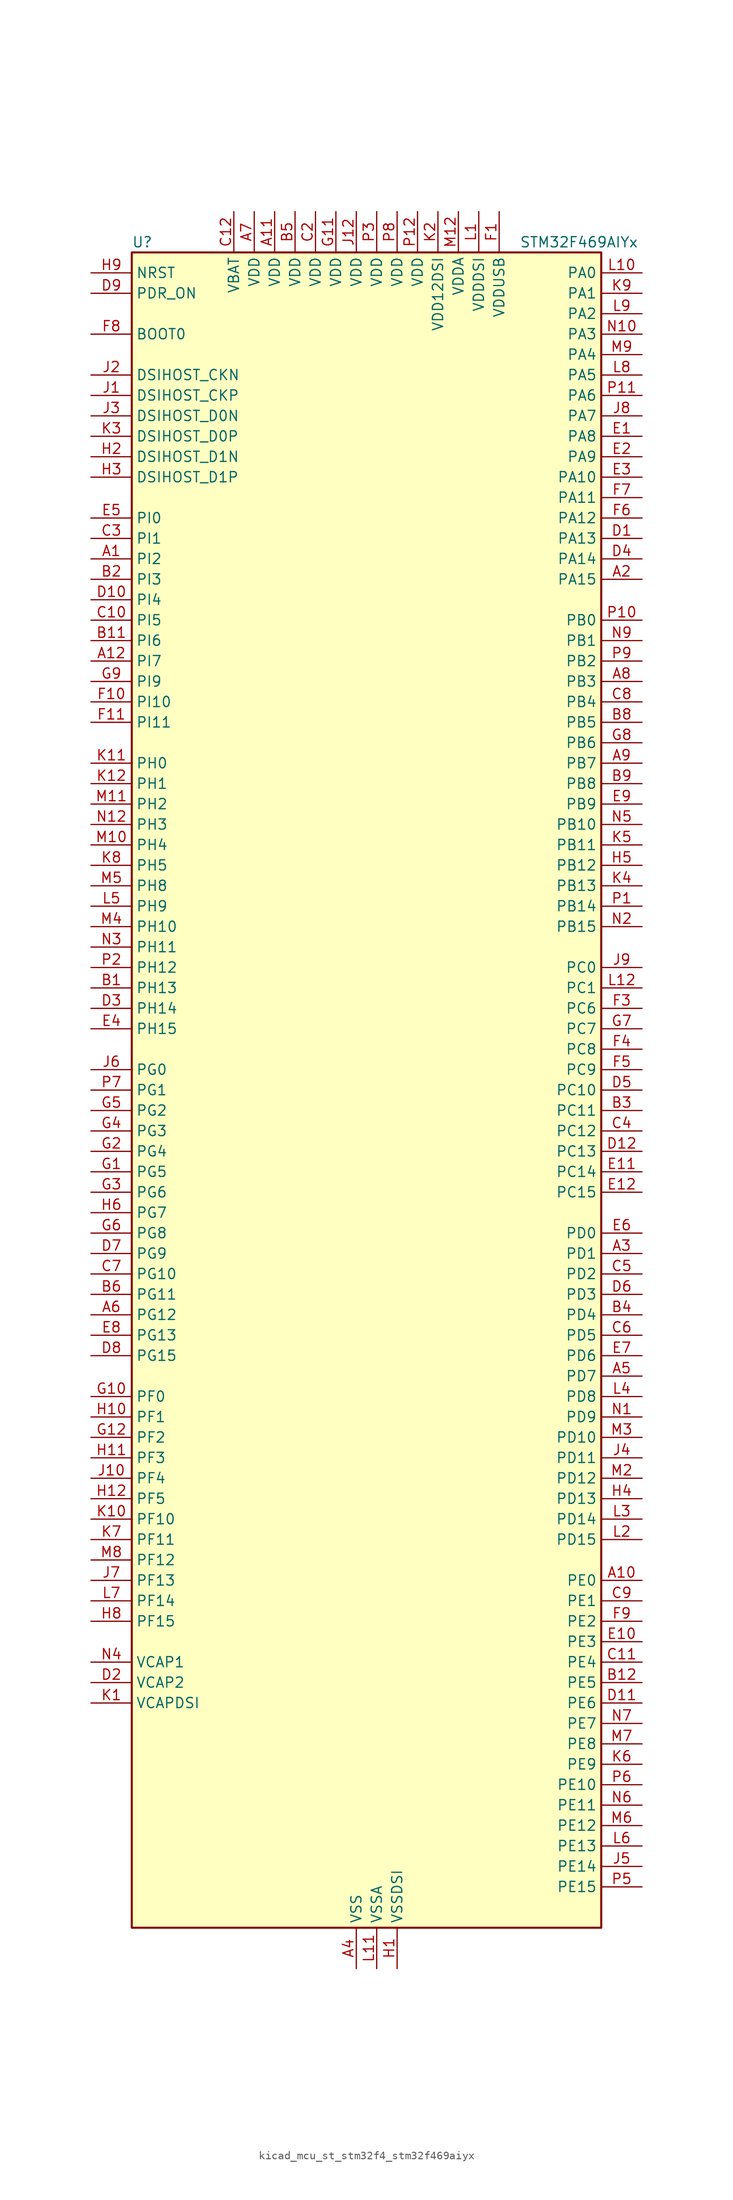
<source format=kicad_sym>
(kicad_symbol_lib
  (version 20220914)
  (generator kicad_symbol_editor)
  (symbol "kicad_mcu_st_stm32f4_stm32f469aiyx"
    (property "Reference" "U"
      (at -27.94 105.41 0)
      (effects (font (size 1.27 1.27)) (justify left)))
    (property "Value" "STM32F469AIYx"
      (at 20.32 105.41 0)
      (effects (font (size 1.27 1.27)) (justify left)))
    (property "ki_locked" ""
      (at 0 0 0)
      (effects (font (size 1.27 1.27))))
    (symbol "kicad_mcu_st_stm32f4_stm32f469aiyx_0_1"
      (rectangle (start -27.94 -104.14) (end 30.48 104.14) (stroke (width 0.254) (type default)) (fill (type background))))
    (symbol "kicad_mcu_st_stm32f4_stm32f469aiyx_1_1"
      (pin bidirectional line (at -33.02 66.04 0) (length 5.08) (name "PI2" (effects (font (size 1.27 1.27)))) (number "A1" (effects (font (size 1.27 1.27)))) (alternate "DCMI_D9" bidirectional line) (alternate "FMC_D26" bidirectional line) (alternate "I2S2_ext_SD" bidirectional line) (alternate "LTDC_G7" bidirectional line) (alternate "SPI2_MISO" bidirectional line) (alternate "TIM8_CH4" bidirectional line))
      (pin bidirectional line (at 35.56 -60.96 180) (length 5.08) (name "PE0" (effects (font (size 1.27 1.27)))) (number "A10" (effects (font (size 1.27 1.27)))) (alternate "DCMI_D2" bidirectional line) (alternate "FMC_NBL0" bidirectional line) (alternate "TIM4_ETR" bidirectional line) (alternate "UART8_RX" bidirectional line))
      (pin power_in line (at -10.16 109.22 270) (length 5.08) (name "VDD" (effects (font (size 1.27 1.27)))) (number "A11" (effects (font (size 1.27 1.27)))))
      (pin bidirectional line (at -33.02 53.34 0) (length 5.08) (name "PI7" (effects (font (size 1.27 1.27)))) (number "A12" (effects (font (size 1.27 1.27)))) (alternate "DCMI_D7" bidirectional line) (alternate "FMC_D29" bidirectional line) (alternate "LTDC_B7" bidirectional line) (alternate "TIM8_CH3" bidirectional line))
      (pin bidirectional line (at 35.56 63.5 180) (length 5.08) (name "PA15" (effects (font (size 1.27 1.27)))) (number "A2" (effects (font (size 1.27 1.27)))) (alternate "ADC1_EXTI15" bidirectional line) (alternate "ADC2_EXTI15" bidirectional line) (alternate "ADC3_EXTI15" bidirectional line) (alternate "I2S3_WS" bidirectional line) (alternate "SPI1_NSS" bidirectional line) (alternate "SPI3_NSS" bidirectional line) (alternate "SYS_JTDI" bidirectional line) (alternate "TIM2_CH1" bidirectional line) (alternate "TIM2_ETR" bidirectional line))
      (pin bidirectional line (at 35.56 -20.32 180) (length 5.08) (name "PD1" (effects (font (size 1.27 1.27)))) (number "A3" (effects (font (size 1.27 1.27)))) (alternate "CAN1_TX" bidirectional line) (alternate "FMC_D3" bidirectional line) (alternate "FMC_DA3" bidirectional line))
      (pin power_in line (at 0 -109.22 90) (length 5.08) (name "VSS" (effects (font (size 1.27 1.27)))) (number "A4" (effects (font (size 1.27 1.27)))))
      (pin bidirectional line (at 35.56 -35.56 180) (length 5.08) (name "PD7" (effects (font (size 1.27 1.27)))) (number "A5" (effects (font (size 1.27 1.27)))) (alternate "FMC_NE1" bidirectional line) (alternate "USART2_CK" bidirectional line))
      (pin bidirectional line (at -33.02 -27.94 0) (length 5.08) (name "PG12" (effects (font (size 1.27 1.27)))) (number "A6" (effects (font (size 1.27 1.27)))) (alternate "FMC_NE4" bidirectional line) (alternate "LTDC_B1" bidirectional line) (alternate "LTDC_B4" bidirectional line) (alternate "SPI6_MISO" bidirectional line) (alternate "USART6_RTS" bidirectional line))
      (pin power_in line (at -12.7 109.22 270) (length 5.08) (name "VDD" (effects (font (size 1.27 1.27)))) (number "A7" (effects (font (size 1.27 1.27)))))
      (pin bidirectional line (at 35.56 50.8 180) (length 5.08) (name "PB3" (effects (font (size 1.27 1.27)))) (number "A8" (effects (font (size 1.27 1.27)))) (alternate "I2S3_CK" bidirectional line) (alternate "SPI1_SCK" bidirectional line) (alternate "SPI3_SCK" bidirectional line) (alternate "SYS_JTDO-SWO" bidirectional line) (alternate "TIM2_CH2" bidirectional line))
      (pin bidirectional line (at 35.56 40.64 180) (length 5.08) (name "PB7" (effects (font (size 1.27 1.27)))) (number "A9" (effects (font (size 1.27 1.27)))) (alternate "DCMI_VSYNC" bidirectional line) (alternate "FMC_NL" bidirectional line) (alternate "I2C1_SDA" bidirectional line) (alternate "TIM4_CH2" bidirectional line) (alternate "USART1_RX" bidirectional line))
      (pin bidirectional line (at -33.02 12.7 0) (length 5.08) (name "PH13" (effects (font (size 1.27 1.27)))) (number "B1" (effects (font (size 1.27 1.27)))) (alternate "CAN1_TX" bidirectional line) (alternate "FMC_D21" bidirectional line) (alternate "LTDC_G2" bidirectional line) (alternate "TIM8_CH1N" bidirectional line))
      (pin passive line (at 0 -109.22 90) (length 5.08) hide (name "VSS" (effects (font (size 1.27 1.27)))) (number "B10" (effects (font (size 1.27 1.27)))))
      (pin bidirectional line (at -33.02 55.88 0) (length 5.08) (name "PI6" (effects (font (size 1.27 1.27)))) (number "B11" (effects (font (size 1.27 1.27)))) (alternate "DCMI_D6" bidirectional line) (alternate "FMC_D28" bidirectional line) (alternate "LTDC_B6" bidirectional line) (alternate "TIM8_CH2" bidirectional line))
      (pin bidirectional line (at 35.56 -73.66 180) (length 5.08) (name "PE5" (effects (font (size 1.27 1.27)))) (number "B12" (effects (font (size 1.27 1.27)))) (alternate "DCMI_D6" bidirectional line) (alternate "FMC_A21" bidirectional line) (alternate "LTDC_G0" bidirectional line) (alternate "SAI1_SCK_A" bidirectional line) (alternate "SPI4_MISO" bidirectional line) (alternate "SYS_TRACED2" bidirectional line) (alternate "TIM9_CH1" bidirectional line))
      (pin bidirectional line (at -33.02 63.5 0) (length 5.08) (name "PI3" (effects (font (size 1.27 1.27)))) (number "B2" (effects (font (size 1.27 1.27)))) (alternate "DCMI_D10" bidirectional line) (alternate "FMC_D27" bidirectional line) (alternate "I2S2_SD" bidirectional line) (alternate "SPI2_MOSI" bidirectional line) (alternate "TIM8_ETR" bidirectional line))
      (pin bidirectional line (at 35.56 -2.54 180) (length 5.08) (name "PC11" (effects (font (size 1.27 1.27)))) (number "B3" (effects (font (size 1.27 1.27)))) (alternate "ADC1_EXTI11" bidirectional line) (alternate "ADC2_EXTI11" bidirectional line) (alternate "ADC3_EXTI11" bidirectional line) (alternate "DCMI_D4" bidirectional line) (alternate "I2S3_ext_SD" bidirectional line) (alternate "QUADSPI_BK2_NCS" bidirectional line) (alternate "SDIO_D3" bidirectional line) (alternate "SPI3_MISO" bidirectional line) (alternate "UART4_RX" bidirectional line) (alternate "USART3_RX" bidirectional line))
      (pin bidirectional line (at 35.56 -27.94 180) (length 5.08) (name "PD4" (effects (font (size 1.27 1.27)))) (number "B4" (effects (font (size 1.27 1.27)))) (alternate "FMC_NOE" bidirectional line) (alternate "USART2_RTS" bidirectional line))
      (pin power_in line (at -7.62 109.22 270) (length 5.08) (name "VDD" (effects (font (size 1.27 1.27)))) (number "B5" (effects (font (size 1.27 1.27)))))
      (pin bidirectional line (at -33.02 -25.4 0) (length 5.08) (name "PG11" (effects (font (size 1.27 1.27)))) (number "B6" (effects (font (size 1.27 1.27)))) (alternate "ADC1_EXTI11" bidirectional line) (alternate "ADC2_EXTI11" bidirectional line) (alternate "ADC3_EXTI11" bidirectional line) (alternate "DCMI_D3" bidirectional line) (alternate "LTDC_B3" bidirectional line))
      (pin passive line (at 0 -109.22 90) (length 5.08) hide (name "VSS" (effects (font (size 1.27 1.27)))) (number "B7" (effects (font (size 1.27 1.27)))))
      (pin bidirectional line (at 35.56 45.72 180) (length 5.08) (name "PB5" (effects (font (size 1.27 1.27)))) (number "B8" (effects (font (size 1.27 1.27)))) (alternate "CAN2_RX" bidirectional line) (alternate "DCMI_D10" bidirectional line) (alternate "FMC_SDCKE1" bidirectional line) (alternate "I2C1_SMBA" bidirectional line) (alternate "I2S3_SD" bidirectional line) (alternate "LTDC_G7" bidirectional line) (alternate "SPI1_MOSI" bidirectional line) (alternate "SPI3_MOSI" bidirectional line) (alternate "TIM3_CH2" bidirectional line) (alternate "USB_OTG_HS_ULPI_D7" bidirectional line))
      (pin bidirectional line (at 35.56 38.1 180) (length 5.08) (name "PB8" (effects (font (size 1.27 1.27)))) (number "B9" (effects (font (size 1.27 1.27)))) (alternate "CAN1_RX" bidirectional line) (alternate "DCMI_D6" bidirectional line) (alternate "I2C1_SCL" bidirectional line) (alternate "LTDC_B6" bidirectional line) (alternate "SDIO_D4" bidirectional line) (alternate "TIM10_CH1" bidirectional line) (alternate "TIM4_CH3" bidirectional line))
      (pin passive line (at 0 -109.22 90) (length 5.08) hide (name "VSS" (effects (font (size 1.27 1.27)))) (number "C1" (effects (font (size 1.27 1.27)))))
      (pin bidirectional line (at -33.02 58.42 0) (length 5.08) (name "PI5" (effects (font (size 1.27 1.27)))) (number "C10" (effects (font (size 1.27 1.27)))) (alternate "DCMI_VSYNC" bidirectional line) (alternate "FMC_NBL3" bidirectional line) (alternate "LTDC_B5" bidirectional line) (alternate "TIM8_CH1" bidirectional line))
      (pin bidirectional line (at 35.56 -71.12 180) (length 5.08) (name "PE4" (effects (font (size 1.27 1.27)))) (number "C11" (effects (font (size 1.27 1.27)))) (alternate "DCMI_D4" bidirectional line) (alternate "FMC_A20" bidirectional line) (alternate "LTDC_B0" bidirectional line) (alternate "SAI1_FS_A" bidirectional line) (alternate "SPI4_NSS" bidirectional line) (alternate "SYS_TRACED1" bidirectional line))
      (pin power_in line (at -15.24 109.22 270) (length 5.08) (name "VBAT" (effects (font (size 1.27 1.27)))) (number "C12" (effects (font (size 1.27 1.27)))))
      (pin power_in line (at -5.08 109.22 270) (length 5.08) (name "VDD" (effects (font (size 1.27 1.27)))) (number "C2" (effects (font (size 1.27 1.27)))))
      (pin bidirectional line (at -33.02 68.58 0) (length 5.08) (name "PI1" (effects (font (size 1.27 1.27)))) (number "C3" (effects (font (size 1.27 1.27)))) (alternate "DCMI_D8" bidirectional line) (alternate "FMC_D25" bidirectional line) (alternate "I2S2_CK" bidirectional line) (alternate "LTDC_G6" bidirectional line) (alternate "SPI2_SCK" bidirectional line))
      (pin bidirectional line (at 35.56 -5.08 180) (length 5.08) (name "PC12" (effects (font (size 1.27 1.27)))) (number "C4" (effects (font (size 1.27 1.27)))) (alternate "DCMI_D9" bidirectional line) (alternate "I2S3_SD" bidirectional line) (alternate "SDIO_CK" bidirectional line) (alternate "SPI3_MOSI" bidirectional line) (alternate "SYS_TRACED3" bidirectional line) (alternate "UART5_TX" bidirectional line) (alternate "USART3_CK" bidirectional line))
      (pin bidirectional line (at 35.56 -22.86 180) (length 5.08) (name "PD2" (effects (font (size 1.27 1.27)))) (number "C5" (effects (font (size 1.27 1.27)))) (alternate "DCMI_D11" bidirectional line) (alternate "SDIO_CMD" bidirectional line) (alternate "SYS_TRACED2" bidirectional line) (alternate "TIM3_ETR" bidirectional line) (alternate "UART5_RX" bidirectional line))
      (pin bidirectional line (at 35.56 -30.48 180) (length 5.08) (name "PD5" (effects (font (size 1.27 1.27)))) (number "C6" (effects (font (size 1.27 1.27)))) (alternate "FMC_NWE" bidirectional line) (alternate "USART2_TX" bidirectional line))
      (pin bidirectional line (at -33.02 -22.86 0) (length 5.08) (name "PG10" (effects (font (size 1.27 1.27)))) (number "C7" (effects (font (size 1.27 1.27)))) (alternate "DCMI_D2" bidirectional line) (alternate "FMC_NE3" bidirectional line) (alternate "LTDC_B2" bidirectional line) (alternate "LTDC_G3" bidirectional line))
      (pin bidirectional line (at 35.56 48.26 180) (length 5.08) (name "PB4" (effects (font (size 1.27 1.27)))) (number "C8" (effects (font (size 1.27 1.27)))) (alternate "I2S3_ext_SD" bidirectional line) (alternate "SPI1_MISO" bidirectional line) (alternate "SPI3_MISO" bidirectional line) (alternate "SYS_JTRST" bidirectional line) (alternate "TIM3_CH1" bidirectional line))
      (pin bidirectional line (at 35.56 -63.5 180) (length 5.08) (name "PE1" (effects (font (size 1.27 1.27)))) (number "C9" (effects (font (size 1.27 1.27)))) (alternate "DCMI_D3" bidirectional line) (alternate "FMC_NBL1" bidirectional line) (alternate "UART8_TX" bidirectional line))
      (pin bidirectional line (at 35.56 68.58 180) (length 5.08) (name "PA13" (effects (font (size 1.27 1.27)))) (number "D1" (effects (font (size 1.27 1.27)))) (alternate "SYS_JTMS-SWDIO" bidirectional line))
      (pin bidirectional line (at -33.02 60.96 0) (length 5.08) (name "PI4" (effects (font (size 1.27 1.27)))) (number "D10" (effects (font (size 1.27 1.27)))) (alternate "DCMI_D5" bidirectional line) (alternate "FMC_NBL2" bidirectional line) (alternate "LTDC_B4" bidirectional line) (alternate "TIM8_BKIN" bidirectional line))
      (pin bidirectional line (at 35.56 -76.2 180) (length 5.08) (name "PE6" (effects (font (size 1.27 1.27)))) (number "D11" (effects (font (size 1.27 1.27)))) (alternate "DCMI_D7" bidirectional line) (alternate "FMC_A22" bidirectional line) (alternate "LTDC_G1" bidirectional line) (alternate "SAI1_SD_A" bidirectional line) (alternate "SPI4_MOSI" bidirectional line) (alternate "SYS_TRACED3" bidirectional line) (alternate "TIM9_CH2" bidirectional line))
      (pin bidirectional line (at 35.56 -7.62 180) (length 5.08) (name "PC13" (effects (font (size 1.27 1.27)))) (number "D12" (effects (font (size 1.27 1.27)))) (alternate "RTC_AF1" bidirectional line))
      (pin power_out line (at -33.02 -73.66 0) (length 5.08) (name "VCAP2" (effects (font (size 1.27 1.27)))) (number "D2" (effects (font (size 1.27 1.27)))))
      (pin bidirectional line (at -33.02 10.16 0) (length 5.08) (name "PH14" (effects (font (size 1.27 1.27)))) (number "D3" (effects (font (size 1.27 1.27)))) (alternate "DCMI_D4" bidirectional line) (alternate "FMC_D22" bidirectional line) (alternate "LTDC_G3" bidirectional line) (alternate "TIM8_CH2N" bidirectional line))
      (pin bidirectional line (at 35.56 66.04 180) (length 5.08) (name "PA14" (effects (font (size 1.27 1.27)))) (number "D4" (effects (font (size 1.27 1.27)))) (alternate "SYS_JTCK-SWCLK" bidirectional line))
      (pin bidirectional line (at 35.56 0 180) (length 5.08) (name "PC10" (effects (font (size 1.27 1.27)))) (number "D5" (effects (font (size 1.27 1.27)))) (alternate "DCMI_D8" bidirectional line) (alternate "I2S3_CK" bidirectional line) (alternate "LTDC_R2" bidirectional line) (alternate "QUADSPI_BK1_IO1" bidirectional line) (alternate "SDIO_D2" bidirectional line) (alternate "SPI3_SCK" bidirectional line) (alternate "UART4_TX" bidirectional line) (alternate "USART3_TX" bidirectional line))
      (pin bidirectional line (at 35.56 -25.4 180) (length 5.08) (name "PD3" (effects (font (size 1.27 1.27)))) (number "D6" (effects (font (size 1.27 1.27)))) (alternate "DCMI_D5" bidirectional line) (alternate "FMC_CLK" bidirectional line) (alternate "I2S2_CK" bidirectional line) (alternate "LTDC_G7" bidirectional line) (alternate "SPI2_SCK" bidirectional line) (alternate "USART2_CTS" bidirectional line))
      (pin bidirectional line (at -33.02 -20.32 0) (length 5.08) (name "PG9" (effects (font (size 1.27 1.27)))) (number "D7" (effects (font (size 1.27 1.27)))) (alternate "DAC_EXTI9" bidirectional line) (alternate "DCMI_VSYNC" bidirectional line) (alternate "FMC_NCE" bidirectional line) (alternate "FMC_NE2" bidirectional line) (alternate "QUADSPI_BK2_IO2" bidirectional line) (alternate "USART6_RX" bidirectional line))
      (pin bidirectional line (at -33.02 -33.02 0) (length 5.08) (name "PG15" (effects (font (size 1.27 1.27)))) (number "D8" (effects (font (size 1.27 1.27)))) (alternate "ADC1_EXTI15" bidirectional line) (alternate "ADC2_EXTI15" bidirectional line) (alternate "ADC3_EXTI15" bidirectional line) (alternate "DCMI_D13" bidirectional line) (alternate "FMC_SDNCAS" bidirectional line) (alternate "USART6_CTS" bidirectional line))
      (pin input line (at -33.02 99.06 0) (length 5.08) (name "PDR_ON" (effects (font (size 1.27 1.27)))) (number "D9" (effects (font (size 1.27 1.27)))))
      (pin bidirectional line (at 35.56 81.28 180) (length 5.08) (name "PA8" (effects (font (size 1.27 1.27)))) (number "E1" (effects (font (size 1.27 1.27)))) (alternate "I2C3_SCL" bidirectional line) (alternate "LTDC_R6" bidirectional line) (alternate "RCC_MCO_1" bidirectional line) (alternate "TIM1_CH1" bidirectional line) (alternate "USART1_CK" bidirectional line) (alternate "USB_OTG_FS_SOF" bidirectional line))
      (pin bidirectional line (at 35.56 -68.58 180) (length 5.08) (name "PE3" (effects (font (size 1.27 1.27)))) (number "E10" (effects (font (size 1.27 1.27)))) (alternate "FMC_A19" bidirectional line) (alternate "SAI1_SD_B" bidirectional line) (alternate "SYS_TRACED0" bidirectional line))
      (pin bidirectional line (at 35.56 -10.16 180) (length 5.08) (name "PC14" (effects (font (size 1.27 1.27)))) (number "E11" (effects (font (size 1.27 1.27)))) (alternate "RCC_OSC32_IN" bidirectional line))
      (pin bidirectional line (at 35.56 -12.7 180) (length 5.08) (name "PC15" (effects (font (size 1.27 1.27)))) (number "E12" (effects (font (size 1.27 1.27)))) (alternate "ADC1_EXTI15" bidirectional line) (alternate "ADC2_EXTI15" bidirectional line) (alternate "ADC3_EXTI15" bidirectional line) (alternate "RCC_OSC32_OUT" bidirectional line))
      (pin bidirectional line (at 35.56 78.74 180) (length 5.08) (name "PA9" (effects (font (size 1.27 1.27)))) (number "E2" (effects (font (size 1.27 1.27)))) (alternate "DAC_EXTI9" bidirectional line) (alternate "DCMI_D0" bidirectional line) (alternate "I2C3_SMBA" bidirectional line) (alternate "I2S2_CK" bidirectional line) (alternate "SPI2_SCK" bidirectional line) (alternate "TIM1_CH2" bidirectional line) (alternate "USART1_TX" bidirectional line) (alternate "USB_OTG_FS_VBUS" bidirectional line))
      (pin bidirectional line (at 35.56 76.2 180) (length 5.08) (name "PA10" (effects (font (size 1.27 1.27)))) (number "E3" (effects (font (size 1.27 1.27)))) (alternate "DCMI_D1" bidirectional line) (alternate "TIM1_CH3" bidirectional line) (alternate "USART1_RX" bidirectional line) (alternate "USB_OTG_FS_ID" bidirectional line))
      (pin bidirectional line (at -33.02 7.62 0) (length 5.08) (name "PH15" (effects (font (size 1.27 1.27)))) (number "E4" (effects (font (size 1.27 1.27)))) (alternate "ADC1_EXTI15" bidirectional line) (alternate "ADC2_EXTI15" bidirectional line) (alternate "ADC3_EXTI15" bidirectional line) (alternate "DCMI_D11" bidirectional line) (alternate "FMC_D23" bidirectional line) (alternate "LTDC_G4" bidirectional line) (alternate "TIM8_CH3N" bidirectional line))
      (pin bidirectional line (at -33.02 71.12 0) (length 5.08) (name "PI0" (effects (font (size 1.27 1.27)))) (number "E5" (effects (font (size 1.27 1.27)))) (alternate "DCMI_D13" bidirectional line) (alternate "FMC_D24" bidirectional line) (alternate "I2S2_WS" bidirectional line) (alternate "LTDC_G5" bidirectional line) (alternate "SPI2_NSS" bidirectional line) (alternate "TIM5_CH4" bidirectional line))
      (pin bidirectional line (at 35.56 -17.78 180) (length 5.08) (name "PD0" (effects (font (size 1.27 1.27)))) (number "E6" (effects (font (size 1.27 1.27)))) (alternate "CAN1_RX" bidirectional line) (alternate "FMC_D2" bidirectional line) (alternate "FMC_DA2" bidirectional line))
      (pin bidirectional line (at 35.56 -33.02 180) (length 5.08) (name "PD6" (effects (font (size 1.27 1.27)))) (number "E7" (effects (font (size 1.27 1.27)))) (alternate "DCMI_D10" bidirectional line) (alternate "FMC_NWAIT" bidirectional line) (alternate "I2S3_SD" bidirectional line) (alternate "LTDC_B2" bidirectional line) (alternate "SAI1_SD_A" bidirectional line) (alternate "SPI3_MOSI" bidirectional line) (alternate "USART2_RX" bidirectional line))
      (pin bidirectional line (at -33.02 -30.48 0) (length 5.08) (name "PG13" (effects (font (size 1.27 1.27)))) (number "E8" (effects (font (size 1.27 1.27)))) (alternate "FMC_A24" bidirectional line) (alternate "LTDC_R0" bidirectional line) (alternate "SPI6_SCK" bidirectional line) (alternate "SYS_TRACED0" bidirectional line) (alternate "USART6_CTS" bidirectional line))
      (pin bidirectional line (at 35.56 35.56 180) (length 5.08) (name "PB9" (effects (font (size 1.27 1.27)))) (number "E9" (effects (font (size 1.27 1.27)))) (alternate "CAN1_TX" bidirectional line) (alternate "DAC_EXTI9" bidirectional line) (alternate "DCMI_D7" bidirectional line) (alternate "I2C1_SDA" bidirectional line) (alternate "I2S2_WS" bidirectional line) (alternate "LTDC_B7" bidirectional line) (alternate "SDIO_D5" bidirectional line) (alternate "SPI2_NSS" bidirectional line) (alternate "TIM11_CH1" bidirectional line) (alternate "TIM4_CH4" bidirectional line))
      (pin power_in line (at 17.78 109.22 270) (length 5.08) (name "VDDUSB" (effects (font (size 1.27 1.27)))) (number "F1" (effects (font (size 1.27 1.27)))))
      (pin bidirectional line (at -33.02 48.26 0) (length 5.08) (name "PI10" (effects (font (size 1.27 1.27)))) (number "F10" (effects (font (size 1.27 1.27)))) (alternate "FMC_D31" bidirectional line) (alternate "LTDC_HSYNC" bidirectional line))
      (pin bidirectional line (at -33.02 45.72 0) (length 5.08) (name "PI11" (effects (font (size 1.27 1.27)))) (number "F11" (effects (font (size 1.27 1.27)))) (alternate "ADC1_EXTI11" bidirectional line) (alternate "ADC2_EXTI11" bidirectional line) (alternate "ADC3_EXTI11" bidirectional line) (alternate "LTDC_G6" bidirectional line) (alternate "USB_OTG_HS_ULPI_DIR" bidirectional line))
      (pin passive line (at 0 -109.22 90) (length 5.08) hide (name "VSS" (effects (font (size 1.27 1.27)))) (number "F12" (effects (font (size 1.27 1.27)))))
      (pin passive line (at 0 -109.22 90) (length 5.08) hide (name "VSS" (effects (font (size 1.27 1.27)))) (number "F2" (effects (font (size 1.27 1.27)))))
      (pin bidirectional line (at 35.56 10.16 180) (length 5.08) (name "PC6" (effects (font (size 1.27 1.27)))) (number "F3" (effects (font (size 1.27 1.27)))) (alternate "DCMI_D0" bidirectional line) (alternate "I2S2_MCK" bidirectional line) (alternate "LTDC_HSYNC" bidirectional line) (alternate "SDIO_D6" bidirectional line) (alternate "TIM3_CH1" bidirectional line) (alternate "TIM8_CH1" bidirectional line) (alternate "USART6_TX" bidirectional line))
      (pin bidirectional line (at 35.56 5.08 180) (length 5.08) (name "PC8" (effects (font (size 1.27 1.27)))) (number "F4" (effects (font (size 1.27 1.27)))) (alternate "DCMI_D2" bidirectional line) (alternate "SDIO_D0" bidirectional line) (alternate "SYS_TRACED1" bidirectional line) (alternate "TIM3_CH3" bidirectional line) (alternate "TIM8_CH3" bidirectional line) (alternate "USART6_CK" bidirectional line))
      (pin bidirectional line (at 35.56 2.54 180) (length 5.08) (name "PC9" (effects (font (size 1.27 1.27)))) (number "F5" (effects (font (size 1.27 1.27)))) (alternate "DAC_EXTI9" bidirectional line) (alternate "DCMI_D3" bidirectional line) (alternate "I2C3_SDA" bidirectional line) (alternate "I2S_CKIN" bidirectional line) (alternate "QUADSPI_BK1_IO0" bidirectional line) (alternate "RCC_MCO_2" bidirectional line) (alternate "SDIO_D1" bidirectional line) (alternate "TIM3_CH4" bidirectional line) (alternate "TIM8_CH4" bidirectional line))
      (pin bidirectional line (at 35.56 71.12 180) (length 5.08) (name "PA12" (effects (font (size 1.27 1.27)))) (number "F6" (effects (font (size 1.27 1.27)))) (alternate "CAN1_TX" bidirectional line) (alternate "LTDC_R5" bidirectional line) (alternate "TIM1_ETR" bidirectional line) (alternate "USART1_RTS" bidirectional line) (alternate "USB_OTG_FS_DP" bidirectional line))
      (pin bidirectional line (at 35.56 73.66 180) (length 5.08) (name "PA11" (effects (font (size 1.27 1.27)))) (number "F7" (effects (font (size 1.27 1.27)))) (alternate "ADC1_EXTI11" bidirectional line) (alternate "ADC2_EXTI11" bidirectional line) (alternate "ADC3_EXTI11" bidirectional line) (alternate "CAN1_RX" bidirectional line) (alternate "LTDC_R4" bidirectional line) (alternate "TIM1_CH4" bidirectional line) (alternate "USART1_CTS" bidirectional line) (alternate "USB_OTG_FS_DM" bidirectional line))
      (pin input line (at -33.02 93.98 0) (length 5.08) (name "BOOT0" (effects (font (size 1.27 1.27)))) (number "F8" (effects (font (size 1.27 1.27)))))
      (pin bidirectional line (at 35.56 -66.04 180) (length 5.08) (name "PE2" (effects (font (size 1.27 1.27)))) (number "F9" (effects (font (size 1.27 1.27)))) (alternate "FMC_A23" bidirectional line) (alternate "QUADSPI_BK1_IO2" bidirectional line) (alternate "SAI1_MCLK_A" bidirectional line) (alternate "SPI4_SCK" bidirectional line) (alternate "SYS_TRACECLK" bidirectional line))
      (pin bidirectional line (at -33.02 -10.16 0) (length 5.08) (name "PG5" (effects (font (size 1.27 1.27)))) (number "G1" (effects (font (size 1.27 1.27)))) (alternate "FMC_A15" bidirectional line) (alternate "FMC_BA1" bidirectional line))
      (pin bidirectional line (at -33.02 -38.1 0) (length 5.08) (name "PF0" (effects (font (size 1.27 1.27)))) (number "G10" (effects (font (size 1.27 1.27)))) (alternate "FMC_A0" bidirectional line) (alternate "I2C2_SDA" bidirectional line))
      (pin power_in line (at -2.54 109.22 270) (length 5.08) (name "VDD" (effects (font (size 1.27 1.27)))) (number "G11" (effects (font (size 1.27 1.27)))))
      (pin bidirectional line (at -33.02 -43.18 0) (length 5.08) (name "PF2" (effects (font (size 1.27 1.27)))) (number "G12" (effects (font (size 1.27 1.27)))) (alternate "FMC_A2" bidirectional line) (alternate "I2C2_SMBA" bidirectional line))
      (pin bidirectional line (at -33.02 -7.62 0) (length 5.08) (name "PG4" (effects (font (size 1.27 1.27)))) (number "G2" (effects (font (size 1.27 1.27)))) (alternate "FMC_A14" bidirectional line) (alternate "FMC_BA0" bidirectional line))
      (pin bidirectional line (at -33.02 -12.7 0) (length 5.08) (name "PG6" (effects (font (size 1.27 1.27)))) (number "G3" (effects (font (size 1.27 1.27)))) (alternate "DCMI_D12" bidirectional line) (alternate "LTDC_R7" bidirectional line))
      (pin bidirectional line (at -33.02 -5.08 0) (length 5.08) (name "PG3" (effects (font (size 1.27 1.27)))) (number "G4" (effects (font (size 1.27 1.27)))) (alternate "FMC_A13" bidirectional line))
      (pin bidirectional line (at -33.02 -2.54 0) (length 5.08) (name "PG2" (effects (font (size 1.27 1.27)))) (number "G5" (effects (font (size 1.27 1.27)))) (alternate "FMC_A12" bidirectional line))
      (pin bidirectional line (at -33.02 -17.78 0) (length 5.08) (name "PG8" (effects (font (size 1.27 1.27)))) (number "G6" (effects (font (size 1.27 1.27)))) (alternate "FMC_SDCLK" bidirectional line) (alternate "LTDC_G7" bidirectional line) (alternate "SPI6_NSS" bidirectional line) (alternate "USART6_RTS" bidirectional line))
      (pin bidirectional line (at 35.56 7.62 180) (length 5.08) (name "PC7" (effects (font (size 1.27 1.27)))) (number "G7" (effects (font (size 1.27 1.27)))) (alternate "DCMI_D1" bidirectional line) (alternate "I2S3_MCK" bidirectional line) (alternate "LTDC_G6" bidirectional line) (alternate "SDIO_D7" bidirectional line) (alternate "TIM3_CH2" bidirectional line) (alternate "TIM8_CH2" bidirectional line) (alternate "USART6_RX" bidirectional line))
      (pin bidirectional line (at 35.56 43.18 180) (length 5.08) (name "PB6" (effects (font (size 1.27 1.27)))) (number "G8" (effects (font (size 1.27 1.27)))) (alternate "CAN2_TX" bidirectional line) (alternate "DCMI_D5" bidirectional line) (alternate "FMC_SDNE1" bidirectional line) (alternate "I2C1_SCL" bidirectional line) (alternate "QUADSPI_BK1_NCS" bidirectional line) (alternate "TIM4_CH1" bidirectional line) (alternate "USART1_TX" bidirectional line))
      (pin bidirectional line (at -33.02 50.8 0) (length 5.08) (name "PI9" (effects (font (size 1.27 1.27)))) (number "G9" (effects (font (size 1.27 1.27)))) (alternate "CAN1_RX" bidirectional line) (alternate "DAC_EXTI9" bidirectional line) (alternate "FMC_D30" bidirectional line) (alternate "LTDC_VSYNC" bidirectional line))
      (pin power_in line (at 5.08 -109.22 90) (length 5.08) (name "VSSDSI" (effects (font (size 1.27 1.27)))) (number "H1" (effects (font (size 1.27 1.27)))))
      (pin bidirectional line (at -33.02 -40.64 0) (length 5.08) (name "PF1" (effects (font (size 1.27 1.27)))) (number "H10" (effects (font (size 1.27 1.27)))) (alternate "FMC_A1" bidirectional line) (alternate "I2C2_SCL" bidirectional line))
      (pin bidirectional line (at -33.02 -45.72 0) (length 5.08) (name "PF3" (effects (font (size 1.27 1.27)))) (number "H11" (effects (font (size 1.27 1.27)))) (alternate "ADC3_IN9" bidirectional line) (alternate "FMC_A3" bidirectional line))
      (pin bidirectional line (at -33.02 -50.8 0) (length 5.08) (name "PF5" (effects (font (size 1.27 1.27)))) (number "H12" (effects (font (size 1.27 1.27)))) (alternate "ADC3_IN15" bidirectional line) (alternate "FMC_A5" bidirectional line))
      (pin bidirectional line (at -33.02 78.74 0) (length 5.08) (name "DSIHOST_D1N" (effects (font (size 1.27 1.27)))) (number "H2" (effects (font (size 1.27 1.27)))) (alternate "DSIHOST_D1N" bidirectional line))
      (pin bidirectional line (at -33.02 76.2 0) (length 5.08) (name "DSIHOST_D1P" (effects (font (size 1.27 1.27)))) (number "H3" (effects (font (size 1.27 1.27)))) (alternate "DSIHOST_D1P" bidirectional line))
      (pin bidirectional line (at 35.56 -50.8 180) (length 5.08) (name "PD13" (effects (font (size 1.27 1.27)))) (number "H4" (effects (font (size 1.27 1.27)))) (alternate "FMC_A18" bidirectional line) (alternate "QUADSPI_BK1_IO3" bidirectional line) (alternate "TIM4_CH2" bidirectional line))
      (pin bidirectional line (at 35.56 27.94 180) (length 5.08) (name "PB12" (effects (font (size 1.27 1.27)))) (number "H5" (effects (font (size 1.27 1.27)))) (alternate "CAN2_RX" bidirectional line) (alternate "I2C2_SMBA" bidirectional line) (alternate "I2S2_WS" bidirectional line) (alternate "SPI2_NSS" bidirectional line) (alternate "TIM1_BKIN" bidirectional line) (alternate "USART3_CK" bidirectional line) (alternate "USB_OTG_HS_ID" bidirectional line) (alternate "USB_OTG_HS_ULPI_D5" bidirectional line))
      (pin bidirectional line (at -33.02 -15.24 0) (length 5.08) (name "PG7" (effects (font (size 1.27 1.27)))) (number "H6" (effects (font (size 1.27 1.27)))) (alternate "DCMI_D13" bidirectional line) (alternate "FMC_INT" bidirectional line) (alternate "LTDC_CLK" bidirectional line) (alternate "SAI1_MCLK_A" bidirectional line) (alternate "USART6_CK" bidirectional line))
      (pin passive line (at 0 -109.22 90) (length 5.08) hide (name "VSS" (effects (font (size 1.27 1.27)))) (number "H7" (effects (font (size 1.27 1.27)))))
      (pin bidirectional line (at -33.02 -66.04 0) (length 5.08) (name "PF15" (effects (font (size 1.27 1.27)))) (number "H8" (effects (font (size 1.27 1.27)))) (alternate "ADC1_EXTI15" bidirectional line) (alternate "ADC2_EXTI15" bidirectional line) (alternate "ADC3_EXTI15" bidirectional line) (alternate "FMC_A9" bidirectional line))
      (pin input line (at -33.02 101.6 0) (length 5.08) (name "NRST" (effects (font (size 1.27 1.27)))) (number "H9" (effects (font (size 1.27 1.27)))))
      (pin bidirectional line (at -33.02 86.36 0) (length 5.08) (name "DSIHOST_CKP" (effects (font (size 1.27 1.27)))) (number "J1" (effects (font (size 1.27 1.27)))) (alternate "DSIHOST_CKP" bidirectional line))
      (pin bidirectional line (at -33.02 -48.26 0) (length 5.08) (name "PF4" (effects (font (size 1.27 1.27)))) (number "J10" (effects (font (size 1.27 1.27)))) (alternate "ADC3_IN14" bidirectional line) (alternate "FMC_A4" bidirectional line))
      (pin passive line (at 0 -109.22 90) (length 5.08) hide (name "VSS" (effects (font (size 1.27 1.27)))) (number "J11" (effects (font (size 1.27 1.27)))))
      (pin power_in line (at 0 109.22 270) (length 5.08) (name "VDD" (effects (font (size 1.27 1.27)))) (number "J12" (effects (font (size 1.27 1.27)))))
      (pin bidirectional line (at -33.02 88.9 0) (length 5.08) (name "DSIHOST_CKN" (effects (font (size 1.27 1.27)))) (number "J2" (effects (font (size 1.27 1.27)))) (alternate "DSIHOST_CKN" bidirectional line))
      (pin bidirectional line (at -33.02 83.82 0) (length 5.08) (name "DSIHOST_D0N" (effects (font (size 1.27 1.27)))) (number "J3" (effects (font (size 1.27 1.27)))) (alternate "DSIHOST_D0N" bidirectional line))
      (pin bidirectional line (at 35.56 -45.72 180) (length 5.08) (name "PD11" (effects (font (size 1.27 1.27)))) (number "J4" (effects (font (size 1.27 1.27)))) (alternate "ADC1_EXTI11" bidirectional line) (alternate "ADC2_EXTI11" bidirectional line) (alternate "ADC3_EXTI11" bidirectional line) (alternate "FMC_A16" bidirectional line) (alternate "FMC_CLE" bidirectional line) (alternate "QUADSPI_BK1_IO0" bidirectional line) (alternate "USART3_CTS" bidirectional line))
      (pin bidirectional line (at 35.56 -96.52 180) (length 5.08) (name "PE14" (effects (font (size 1.27 1.27)))) (number "J5" (effects (font (size 1.27 1.27)))) (alternate "FMC_D11" bidirectional line) (alternate "FMC_DA11" bidirectional line) (alternate "LTDC_CLK" bidirectional line) (alternate "SPI4_MOSI" bidirectional line) (alternate "TIM1_CH4" bidirectional line))
      (pin bidirectional line (at -33.02 2.54 0) (length 5.08) (name "PG0" (effects (font (size 1.27 1.27)))) (number "J6" (effects (font (size 1.27 1.27)))) (alternate "FMC_A10" bidirectional line))
      (pin bidirectional line (at -33.02 -60.96 0) (length 5.08) (name "PF13" (effects (font (size 1.27 1.27)))) (number "J7" (effects (font (size 1.27 1.27)))) (alternate "FMC_A7" bidirectional line))
      (pin bidirectional line (at 35.56 83.82 180) (length 5.08) (name "PA7" (effects (font (size 1.27 1.27)))) (number "J8" (effects (font (size 1.27 1.27)))) (alternate "ADC1_IN7" bidirectional line) (alternate "ADC2_IN7" bidirectional line) (alternate "FMC_SDNWE" bidirectional line) (alternate "QUADSPI_CLK" bidirectional line) (alternate "SPI1_MOSI" bidirectional line) (alternate "TIM14_CH1" bidirectional line) (alternate "TIM1_CH1N" bidirectional line) (alternate "TIM3_CH2" bidirectional line) (alternate "TIM8_CH1N" bidirectional line))
      (pin bidirectional line (at 35.56 15.24 180) (length 5.08) (name "PC0" (effects (font (size 1.27 1.27)))) (number "J9" (effects (font (size 1.27 1.27)))) (alternate "ADC1_IN10" bidirectional line) (alternate "ADC2_IN10" bidirectional line) (alternate "ADC3_IN10" bidirectional line) (alternate "FMC_SDNWE" bidirectional line) (alternate "LTDC_R5" bidirectional line) (alternate "USB_OTG_HS_ULPI_STP" bidirectional line))
      (pin power_out line (at -33.02 -76.2 0) (length 5.08) (name "VCAPDSI" (effects (font (size 1.27 1.27)))) (number "K1" (effects (font (size 1.27 1.27)))))
      (pin bidirectional line (at -33.02 -53.34 0) (length 5.08) (name "PF10" (effects (font (size 1.27 1.27)))) (number "K10" (effects (font (size 1.27 1.27)))) (alternate "ADC3_IN8" bidirectional line) (alternate "DCMI_D11" bidirectional line) (alternate "LTDC_DE" bidirectional line) (alternate "QUADSPI_CLK" bidirectional line))
      (pin bidirectional line (at -33.02 40.64 0) (length 5.08) (name "PH0" (effects (font (size 1.27 1.27)))) (number "K11" (effects (font (size 1.27 1.27)))) (alternate "RCC_OSC_IN" bidirectional line))
      (pin bidirectional line (at -33.02 38.1 0) (length 5.08) (name "PH1" (effects (font (size 1.27 1.27)))) (number "K12" (effects (font (size 1.27 1.27)))) (alternate "RCC_OSC_OUT" bidirectional line))
      (pin power_in line (at 10.16 109.22 270) (length 5.08) (name "VDD12DSI" (effects (font (size 1.27 1.27)))) (number "K2" (effects (font (size 1.27 1.27)))))
      (pin bidirectional line (at -33.02 81.28 0) (length 5.08) (name "DSIHOST_D0P" (effects (font (size 1.27 1.27)))) (number "K3" (effects (font (size 1.27 1.27)))) (alternate "DSIHOST_D0P" bidirectional line))
      (pin bidirectional line (at 35.56 25.4 180) (length 5.08) (name "PB13" (effects (font (size 1.27 1.27)))) (number "K4" (effects (font (size 1.27 1.27)))) (alternate "CAN2_TX" bidirectional line) (alternate "I2S2_CK" bidirectional line) (alternate "SPI2_SCK" bidirectional line) (alternate "TIM1_CH1N" bidirectional line) (alternate "USART3_CTS" bidirectional line) (alternate "USB_OTG_HS_ULPI_D6" bidirectional line) (alternate "USB_OTG_HS_VBUS" bidirectional line))
      (pin bidirectional line (at 35.56 30.48 180) (length 5.08) (name "PB11" (effects (font (size 1.27 1.27)))) (number "K5" (effects (font (size 1.27 1.27)))) (alternate "ADC1_EXTI11" bidirectional line) (alternate "ADC2_EXTI11" bidirectional line) (alternate "ADC3_EXTI11" bidirectional line) (alternate "DSIHOST_TE" bidirectional line) (alternate "I2C2_SDA" bidirectional line) (alternate "LTDC_G5" bidirectional line) (alternate "TIM2_CH4" bidirectional line) (alternate "USART3_RX" bidirectional line) (alternate "USB_OTG_HS_ULPI_D4" bidirectional line))
      (pin bidirectional line (at 35.56 -83.82 180) (length 5.08) (name "PE9" (effects (font (size 1.27 1.27)))) (number "K6" (effects (font (size 1.27 1.27)))) (alternate "DAC_EXTI9" bidirectional line) (alternate "FMC_D6" bidirectional line) (alternate "FMC_DA6" bidirectional line) (alternate "QUADSPI_BK2_IO2" bidirectional line) (alternate "TIM1_CH1" bidirectional line))
      (pin bidirectional line (at -33.02 -55.88 0) (length 5.08) (name "PF11" (effects (font (size 1.27 1.27)))) (number "K7" (effects (font (size 1.27 1.27)))) (alternate "ADC1_EXTI11" bidirectional line) (alternate "ADC2_EXTI11" bidirectional line) (alternate "ADC3_EXTI11" bidirectional line) (alternate "DCMI_D12" bidirectional line) (alternate "FMC_SDNRAS" bidirectional line))
      (pin bidirectional line (at -33.02 27.94 0) (length 5.08) (name "PH5" (effects (font (size 1.27 1.27)))) (number "K8" (effects (font (size 1.27 1.27)))) (alternate "FMC_SDNWE" bidirectional line) (alternate "I2C2_SDA" bidirectional line))
      (pin bidirectional line (at 35.56 99.06 180) (length 5.08) (name "PA1" (effects (font (size 1.27 1.27)))) (number "K9" (effects (font (size 1.27 1.27)))) (alternate "ADC1_IN1" bidirectional line) (alternate "ADC2_IN1" bidirectional line) (alternate "ADC3_IN1" bidirectional line) (alternate "LTDC_R2" bidirectional line) (alternate "QUADSPI_BK1_IO3" bidirectional line) (alternate "TIM2_CH2" bidirectional line) (alternate "TIM5_CH2" bidirectional line) (alternate "UART4_RX" bidirectional line) (alternate "USART2_RTS" bidirectional line))
      (pin power_in line (at 15.24 109.22 270) (length 5.08) (name "VDDDSI" (effects (font (size 1.27 1.27)))) (number "L1" (effects (font (size 1.27 1.27)))))
      (pin bidirectional line (at 35.56 101.6 180) (length 5.08) (name "PA0" (effects (font (size 1.27 1.27)))) (number "L10" (effects (font (size 1.27 1.27)))) (alternate "ADC1_IN0" bidirectional line) (alternate "ADC2_IN0" bidirectional line) (alternate "ADC3_IN0" bidirectional line) (alternate "SYS_WKUP" bidirectional line) (alternate "TIM2_CH1" bidirectional line) (alternate "TIM2_ETR" bidirectional line) (alternate "TIM5_CH1" bidirectional line) (alternate "TIM8_ETR" bidirectional line) (alternate "UART4_TX" bidirectional line) (alternate "USART2_CTS" bidirectional line))
      (pin power_in line (at 2.54 -109.22 90) (length 5.08) (name "VSSA" (effects (font (size 1.27 1.27)))) (number "L11" (effects (font (size 1.27 1.27)))))
      (pin bidirectional line (at 35.56 12.7 180) (length 5.08) (name "PC1" (effects (font (size 1.27 1.27)))) (number "L12" (effects (font (size 1.27 1.27)))) (alternate "ADC1_IN11" bidirectional line) (alternate "ADC2_IN11" bidirectional line) (alternate "ADC3_IN11" bidirectional line) (alternate "I2S2_SD" bidirectional line) (alternate "SAI1_SD_A" bidirectional line) (alternate "SPI2_MOSI" bidirectional line) (alternate "SYS_TRACED0" bidirectional line))
      (pin bidirectional line (at 35.56 -55.88 180) (length 5.08) (name "PD15" (effects (font (size 1.27 1.27)))) (number "L2" (effects (font (size 1.27 1.27)))) (alternate "ADC1_EXTI15" bidirectional line) (alternate "ADC2_EXTI15" bidirectional line) (alternate "ADC3_EXTI15" bidirectional line) (alternate "FMC_D1" bidirectional line) (alternate "FMC_DA1" bidirectional line) (alternate "TIM4_CH4" bidirectional line))
      (pin bidirectional line (at 35.56 -53.34 180) (length 5.08) (name "PD14" (effects (font (size 1.27 1.27)))) (number "L3" (effects (font (size 1.27 1.27)))) (alternate "FMC_D0" bidirectional line) (alternate "FMC_DA0" bidirectional line) (alternate "TIM4_CH3" bidirectional line))
      (pin bidirectional line (at 35.56 -38.1 180) (length 5.08) (name "PD8" (effects (font (size 1.27 1.27)))) (number "L4" (effects (font (size 1.27 1.27)))) (alternate "FMC_D13" bidirectional line) (alternate "FMC_DA13" bidirectional line) (alternate "USART3_TX" bidirectional line))
      (pin bidirectional line (at -33.02 22.86 0) (length 5.08) (name "PH9" (effects (font (size 1.27 1.27)))) (number "L5" (effects (font (size 1.27 1.27)))) (alternate "DAC_EXTI9" bidirectional line) (alternate "DCMI_D0" bidirectional line) (alternate "FMC_D17" bidirectional line) (alternate "I2C3_SMBA" bidirectional line) (alternate "LTDC_R3" bidirectional line) (alternate "TIM12_CH2" bidirectional line))
      (pin bidirectional line (at 35.56 -93.98 180) (length 5.08) (name "PE13" (effects (font (size 1.27 1.27)))) (number "L6" (effects (font (size 1.27 1.27)))) (alternate "FMC_D10" bidirectional line) (alternate "FMC_DA10" bidirectional line) (alternate "LTDC_DE" bidirectional line) (alternate "SPI4_MISO" bidirectional line) (alternate "TIM1_CH3" bidirectional line))
      (pin bidirectional line (at -33.02 -63.5 0) (length 5.08) (name "PF14" (effects (font (size 1.27 1.27)))) (number "L7" (effects (font (size 1.27 1.27)))) (alternate "FMC_A8" bidirectional line))
      (pin bidirectional line (at 35.56 88.9 180) (length 5.08) (name "PA5" (effects (font (size 1.27 1.27)))) (number "L8" (effects (font (size 1.27 1.27)))) (alternate "ADC1_IN5" bidirectional line) (alternate "ADC2_IN5" bidirectional line) (alternate "DAC_OUT2" bidirectional line) (alternate "LTDC_R4" bidirectional line) (alternate "SPI1_SCK" bidirectional line) (alternate "TIM2_CH1" bidirectional line) (alternate "TIM2_ETR" bidirectional line) (alternate "TIM8_CH1N" bidirectional line) (alternate "USB_OTG_HS_ULPI_CK" bidirectional line))
      (pin bidirectional line (at 35.56 96.52 180) (length 5.08) (name "PA2" (effects (font (size 1.27 1.27)))) (number "L9" (effects (font (size 1.27 1.27)))) (alternate "ADC1_IN2" bidirectional line) (alternate "ADC2_IN2" bidirectional line) (alternate "ADC3_IN2" bidirectional line) (alternate "LTDC_R1" bidirectional line) (alternate "TIM2_CH3" bidirectional line) (alternate "TIM5_CH3" bidirectional line) (alternate "TIM9_CH1" bidirectional line) (alternate "USART2_TX" bidirectional line))
      (pin passive line (at 0 -109.22 90) (length 5.08) hide (name "VSS" (effects (font (size 1.27 1.27)))) (number "M1" (effects (font (size 1.27 1.27)))))
      (pin bidirectional line (at -33.02 30.48 0) (length 5.08) (name "PH4" (effects (font (size 1.27 1.27)))) (number "M10" (effects (font (size 1.27 1.27)))) (alternate "I2C2_SCL" bidirectional line) (alternate "LTDC_G4" bidirectional line) (alternate "LTDC_G5" bidirectional line) (alternate "USB_OTG_HS_ULPI_NXT" bidirectional line))
      (pin bidirectional line (at -33.02 35.56 0) (length 5.08) (name "PH2" (effects (font (size 1.27 1.27)))) (number "M11" (effects (font (size 1.27 1.27)))) (alternate "FMC_SDCKE0" bidirectional line) (alternate "LTDC_R0" bidirectional line) (alternate "QUADSPI_BK2_IO0" bidirectional line))
      (pin power_in line (at 12.7 109.22 270) (length 5.08) (name "VDDA" (effects (font (size 1.27 1.27)))) (number "M12" (effects (font (size 1.27 1.27)))))
      (pin bidirectional line (at 35.56 -48.26 180) (length 5.08) (name "PD12" (effects (font (size 1.27 1.27)))) (number "M2" (effects (font (size 1.27 1.27)))) (alternate "FMC_A17" bidirectional line) (alternate "FMC_ALE" bidirectional line) (alternate "QUADSPI_BK1_IO1" bidirectional line) (alternate "TIM4_CH1" bidirectional line) (alternate "USART3_RTS" bidirectional line))
      (pin bidirectional line (at 35.56 -43.18 180) (length 5.08) (name "PD10" (effects (font (size 1.27 1.27)))) (number "M3" (effects (font (size 1.27 1.27)))) (alternate "FMC_D15" bidirectional line) (alternate "FMC_DA15" bidirectional line) (alternate "LTDC_B3" bidirectional line) (alternate "USART3_CK" bidirectional line))
      (pin bidirectional line (at -33.02 20.32 0) (length 5.08) (name "PH10" (effects (font (size 1.27 1.27)))) (number "M4" (effects (font (size 1.27 1.27)))) (alternate "DCMI_D1" bidirectional line) (alternate "FMC_D18" bidirectional line) (alternate "LTDC_R4" bidirectional line) (alternate "TIM5_CH1" bidirectional line))
      (pin bidirectional line (at -33.02 25.4 0) (length 5.08) (name "PH8" (effects (font (size 1.27 1.27)))) (number "M5" (effects (font (size 1.27 1.27)))) (alternate "DCMI_HSYNC" bidirectional line) (alternate "FMC_D16" bidirectional line) (alternate "I2C3_SDA" bidirectional line) (alternate "LTDC_R2" bidirectional line))
      (pin bidirectional line (at 35.56 -91.44 180) (length 5.08) (name "PE12" (effects (font (size 1.27 1.27)))) (number "M6" (effects (font (size 1.27 1.27)))) (alternate "FMC_D9" bidirectional line) (alternate "FMC_DA9" bidirectional line) (alternate "LTDC_B4" bidirectional line) (alternate "SPI4_SCK" bidirectional line) (alternate "TIM1_CH3N" bidirectional line))
      (pin bidirectional line (at 35.56 -81.28 180) (length 5.08) (name "PE8" (effects (font (size 1.27 1.27)))) (number "M7" (effects (font (size 1.27 1.27)))) (alternate "FMC_D5" bidirectional line) (alternate "FMC_DA5" bidirectional line) (alternate "QUADSPI_BK2_IO1" bidirectional line) (alternate "TIM1_CH1N" bidirectional line) (alternate "UART7_TX" bidirectional line))
      (pin bidirectional line (at -33.02 -58.42 0) (length 5.08) (name "PF12" (effects (font (size 1.27 1.27)))) (number "M8" (effects (font (size 1.27 1.27)))) (alternate "FMC_A6" bidirectional line))
      (pin bidirectional line (at 35.56 91.44 180) (length 5.08) (name "PA4" (effects (font (size 1.27 1.27)))) (number "M9" (effects (font (size 1.27 1.27)))) (alternate "ADC1_IN4" bidirectional line) (alternate "ADC2_IN4" bidirectional line) (alternate "DAC_OUT1" bidirectional line) (alternate "DCMI_HSYNC" bidirectional line) (alternate "I2S3_WS" bidirectional line) (alternate "LTDC_VSYNC" bidirectional line) (alternate "SPI1_NSS" bidirectional line) (alternate "SPI3_NSS" bidirectional line) (alternate "USART2_CK" bidirectional line) (alternate "USB_OTG_HS_SOF" bidirectional line))
      (pin bidirectional line (at 35.56 -40.64 180) (length 5.08) (name "PD9" (effects (font (size 1.27 1.27)))) (number "N1" (effects (font (size 1.27 1.27)))) (alternate "DAC_EXTI9" bidirectional line) (alternate "FMC_D14" bidirectional line) (alternate "FMC_DA14" bidirectional line) (alternate "USART3_RX" bidirectional line))
      (pin bidirectional line (at 35.56 93.98 180) (length 5.08) (name "PA3" (effects (font (size 1.27 1.27)))) (number "N10" (effects (font (size 1.27 1.27)))) (alternate "ADC1_IN3" bidirectional line) (alternate "ADC2_IN3" bidirectional line) (alternate "ADC3_IN3" bidirectional line) (alternate "LTDC_B2" bidirectional line) (alternate "LTDC_B5" bidirectional line) (alternate "TIM2_CH4" bidirectional line) (alternate "TIM5_CH4" bidirectional line) (alternate "TIM9_CH2" bidirectional line) (alternate "USART2_RX" bidirectional line) (alternate "USB_OTG_HS_ULPI_D0" bidirectional line))
      (pin passive line (at 0 -109.22 90) (length 5.08) hide (name "VSS" (effects (font (size 1.27 1.27)))) (number "N11" (effects (font (size 1.27 1.27)))))
      (pin bidirectional line (at -33.02 33.02 0) (length 5.08) (name "PH3" (effects (font (size 1.27 1.27)))) (number "N12" (effects (font (size 1.27 1.27)))) (alternate "FMC_SDNE0" bidirectional line) (alternate "LTDC_R1" bidirectional line) (alternate "QUADSPI_BK2_IO1" bidirectional line))
      (pin bidirectional line (at 35.56 20.32 180) (length 5.08) (name "PB15" (effects (font (size 1.27 1.27)))) (number "N2" (effects (font (size 1.27 1.27)))) (alternate "ADC1_EXTI15" bidirectional line) (alternate "ADC2_EXTI15" bidirectional line) (alternate "ADC3_EXTI15" bidirectional line) (alternate "I2S2_SD" bidirectional line) (alternate "RTC_REFIN" bidirectional line) (alternate "SPI2_MOSI" bidirectional line) (alternate "TIM12_CH2" bidirectional line) (alternate "TIM1_CH3N" bidirectional line) (alternate "TIM8_CH3N" bidirectional line) (alternate "USB_OTG_HS_DP" bidirectional line))
      (pin bidirectional line (at -33.02 17.78 0) (length 5.08) (name "PH11" (effects (font (size 1.27 1.27)))) (number "N3" (effects (font (size 1.27 1.27)))) (alternate "ADC1_EXTI11" bidirectional line) (alternate "ADC2_EXTI11" bidirectional line) (alternate "ADC3_EXTI11" bidirectional line) (alternate "DCMI_D2" bidirectional line) (alternate "FMC_D19" bidirectional line) (alternate "LTDC_R5" bidirectional line) (alternate "TIM5_CH2" bidirectional line))
      (pin power_out line (at -33.02 -71.12 0) (length 5.08) (name "VCAP1" (effects (font (size 1.27 1.27)))) (number "N4" (effects (font (size 1.27 1.27)))))
      (pin bidirectional line (at 35.56 33.02 180) (length 5.08) (name "PB10" (effects (font (size 1.27 1.27)))) (number "N5" (effects (font (size 1.27 1.27)))) (alternate "I2C2_SCL" bidirectional line) (alternate "I2S2_CK" bidirectional line) (alternate "LTDC_G4" bidirectional line) (alternate "QUADSPI_BK1_NCS" bidirectional line) (alternate "SPI2_SCK" bidirectional line) (alternate "TIM2_CH3" bidirectional line) (alternate "USART3_TX" bidirectional line) (alternate "USB_OTG_HS_ULPI_D3" bidirectional line))
      (pin bidirectional line (at 35.56 -88.9 180) (length 5.08) (name "PE11" (effects (font (size 1.27 1.27)))) (number "N6" (effects (font (size 1.27 1.27)))) (alternate "ADC1_EXTI11" bidirectional line) (alternate "ADC2_EXTI11" bidirectional line) (alternate "ADC3_EXTI11" bidirectional line) (alternate "FMC_D8" bidirectional line) (alternate "FMC_DA8" bidirectional line) (alternate "LTDC_G3" bidirectional line) (alternate "SPI4_NSS" bidirectional line) (alternate "TIM1_CH2" bidirectional line))
      (pin bidirectional line (at 35.56 -78.74 180) (length 5.08) (name "PE7" (effects (font (size 1.27 1.27)))) (number "N7" (effects (font (size 1.27 1.27)))) (alternate "FMC_D4" bidirectional line) (alternate "FMC_DA4" bidirectional line) (alternate "QUADSPI_BK2_IO0" bidirectional line) (alternate "TIM1_ETR" bidirectional line) (alternate "UART7_RX" bidirectional line))
      (pin passive line (at 0 -109.22 90) (length 5.08) hide (name "VSS" (effects (font (size 1.27 1.27)))) (number "N8" (effects (font (size 1.27 1.27)))))
      (pin bidirectional line (at 35.56 55.88 180) (length 5.08) (name "PB1" (effects (font (size 1.27 1.27)))) (number "N9" (effects (font (size 1.27 1.27)))) (alternate "ADC1_IN9" bidirectional line) (alternate "ADC2_IN9" bidirectional line) (alternate "LTDC_G0" bidirectional line) (alternate "LTDC_R6" bidirectional line) (alternate "TIM1_CH3N" bidirectional line) (alternate "TIM3_CH4" bidirectional line) (alternate "TIM8_CH3N" bidirectional line) (alternate "USB_OTG_HS_ULPI_D2" bidirectional line))
      (pin bidirectional line (at 35.56 22.86 180) (length 5.08) (name "PB14" (effects (font (size 1.27 1.27)))) (number "P1" (effects (font (size 1.27 1.27)))) (alternate "I2S2_ext_SD" bidirectional line) (alternate "SPI2_MISO" bidirectional line) (alternate "TIM12_CH1" bidirectional line) (alternate "TIM1_CH2N" bidirectional line) (alternate "TIM8_CH2N" bidirectional line) (alternate "USART3_RTS" bidirectional line) (alternate "USB_OTG_HS_DM" bidirectional line))
      (pin bidirectional line (at 35.56 58.42 180) (length 5.08) (name "PB0" (effects (font (size 1.27 1.27)))) (number "P10" (effects (font (size 1.27 1.27)))) (alternate "ADC1_IN8" bidirectional line) (alternate "ADC2_IN8" bidirectional line) (alternate "LTDC_G1" bidirectional line) (alternate "LTDC_R3" bidirectional line) (alternate "TIM1_CH2N" bidirectional line) (alternate "TIM3_CH3" bidirectional line) (alternate "TIM8_CH2N" bidirectional line) (alternate "USB_OTG_HS_ULPI_D1" bidirectional line))
      (pin bidirectional line (at 35.56 86.36 180) (length 5.08) (name "PA6" (effects (font (size 1.27 1.27)))) (number "P11" (effects (font (size 1.27 1.27)))) (alternate "ADC1_IN6" bidirectional line) (alternate "ADC2_IN6" bidirectional line) (alternate "DCMI_PIXCLK" bidirectional line) (alternate "LTDC_G2" bidirectional line) (alternate "SPI1_MISO" bidirectional line) (alternate "TIM13_CH1" bidirectional line) (alternate "TIM1_BKIN" bidirectional line) (alternate "TIM3_CH1" bidirectional line) (alternate "TIM8_BKIN" bidirectional line))
      (pin power_in line (at 7.62 109.22 270) (length 5.08) (name "VDD" (effects (font (size 1.27 1.27)))) (number "P12" (effects (font (size 1.27 1.27)))))
      (pin bidirectional line (at -33.02 15.24 0) (length 5.08) (name "PH12" (effects (font (size 1.27 1.27)))) (number "P2" (effects (font (size 1.27 1.27)))) (alternate "DCMI_D3" bidirectional line) (alternate "FMC_D20" bidirectional line) (alternate "LTDC_R6" bidirectional line) (alternate "TIM5_CH3" bidirectional line))
      (pin power_in line (at 2.54 109.22 270) (length 5.08) (name "VDD" (effects (font (size 1.27 1.27)))) (number "P3" (effects (font (size 1.27 1.27)))))
      (pin passive line (at 0 -109.22 90) (length 5.08) hide (name "VSS" (effects (font (size 1.27 1.27)))) (number "P4" (effects (font (size 1.27 1.27)))))
      (pin bidirectional line (at 35.56 -99.06 180) (length 5.08) (name "PE15" (effects (font (size 1.27 1.27)))) (number "P5" (effects (font (size 1.27 1.27)))) (alternate "ADC1_EXTI15" bidirectional line) (alternate "ADC2_EXTI15" bidirectional line) (alternate "ADC3_EXTI15" bidirectional line) (alternate "FMC_D12" bidirectional line) (alternate "FMC_DA12" bidirectional line) (alternate "LTDC_R7" bidirectional line) (alternate "TIM1_BKIN" bidirectional line))
      (pin bidirectional line (at 35.56 -86.36 180) (length 5.08) (name "PE10" (effects (font (size 1.27 1.27)))) (number "P6" (effects (font (size 1.27 1.27)))) (alternate "FMC_D7" bidirectional line) (alternate "FMC_DA7" bidirectional line) (alternate "QUADSPI_BK2_IO3" bidirectional line) (alternate "TIM1_CH2N" bidirectional line))
      (pin bidirectional line (at -33.02 0 0) (length 5.08) (name "PG1" (effects (font (size 1.27 1.27)))) (number "P7" (effects (font (size 1.27 1.27)))) (alternate "FMC_A11" bidirectional line))
      (pin power_in line (at 5.08 109.22 270) (length 5.08) (name "VDD" (effects (font (size 1.27 1.27)))) (number "P8" (effects (font (size 1.27 1.27)))))
      (pin bidirectional line (at 35.56 53.34 180) (length 5.08) (name "PB2" (effects (font (size 1.27 1.27)))) (number "P9" (effects (font (size 1.27 1.27))))))))
</source>
